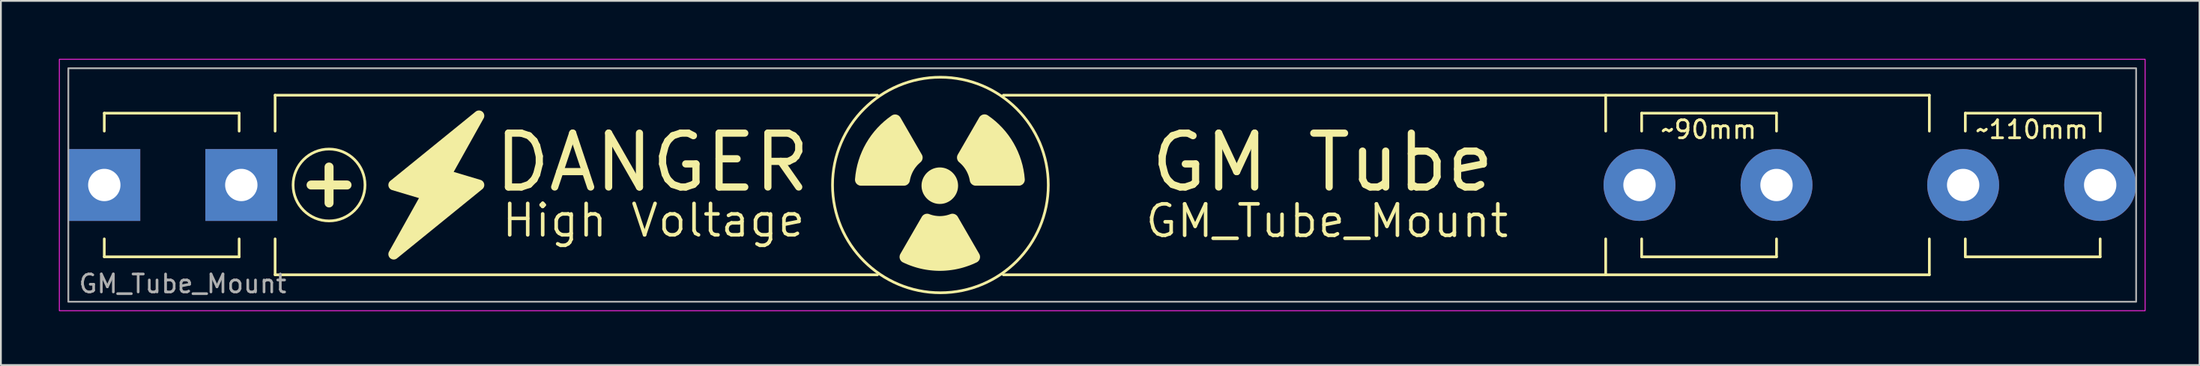
<source format=kicad_pcb>
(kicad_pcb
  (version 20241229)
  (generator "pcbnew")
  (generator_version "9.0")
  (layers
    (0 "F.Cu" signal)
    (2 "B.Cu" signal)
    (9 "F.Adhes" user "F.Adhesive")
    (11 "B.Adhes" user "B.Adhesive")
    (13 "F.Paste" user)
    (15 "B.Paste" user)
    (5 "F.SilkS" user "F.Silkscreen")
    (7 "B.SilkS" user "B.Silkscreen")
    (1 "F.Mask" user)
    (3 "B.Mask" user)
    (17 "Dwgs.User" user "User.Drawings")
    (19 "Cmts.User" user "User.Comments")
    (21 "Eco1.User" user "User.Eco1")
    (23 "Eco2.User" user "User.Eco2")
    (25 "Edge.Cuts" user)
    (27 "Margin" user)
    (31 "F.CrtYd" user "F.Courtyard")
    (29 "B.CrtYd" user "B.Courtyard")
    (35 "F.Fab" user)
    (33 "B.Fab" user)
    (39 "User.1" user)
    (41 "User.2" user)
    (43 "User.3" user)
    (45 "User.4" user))
  (footprint "GM_Tube_Mount"
    (layer "F.Cu")
    (at 0.25 0.25)
    (property "Reference" "GM_Tube_Mount" (at 70.5 9 0) (unlocked yes) (layer "F.SilkS") (effects (font (size 1.75 1.75) (thickness 0.2) (bold yes))))
    (attr through_hole)
    (fp_line (start 2.5 3) (end 2.5 4) (stroke (width 0.15) (type default)) (layer "F.SilkS"))
    (fp_line (start 2.5 3) (end 10 3) (stroke (width 0.15) (type default)) (layer "F.SilkS"))
    (fp_line (start 2.5 11) (end 2.5 10) (stroke (width 0.15) (type default)) (layer "F.SilkS"))
    (fp_line (start 10 3) (end 10 4) (stroke (width 0.15) (type default)) (layer "F.SilkS"))
    (fp_line (start 10 11) (end 2.5 11) (stroke (width 0.15) (type default)) (layer "F.SilkS"))
    (fp_line (start 10 11) (end 10 10) (stroke (width 0.15) (type default)) (layer "F.SilkS"))
    (fp_line (start 12 2) (end 12 4) (stroke (width 0.15) (type default)) (layer "F.SilkS"))
    (fp_line (start 12 2) (end 45.5 2) (stroke (width 0.15) (type default)) (layer "F.SilkS"))
    (fp_line (start 12 12) (end 12 10) (stroke (width 0.15) (type default)) (layer "F.SilkS"))
    (fp_line (start 12 12) (end 45.5 12) (stroke (width 0.15) (type default)) (layer "F.SilkS"))
    (fp_line (start 14 7) (end 16 7) (stroke (width 0.5) (type default)) (layer "F.SilkS"))
    (fp_line (start 15 6) (end 15 8) (stroke (width 0.5) (type default)) (layer "F.SilkS"))
    (fp_line (start 52.5 2) (end 104 2) (stroke (width 0.15) (type default)) (layer "F.SilkS"))
    (fp_line (start 52.5 12) (end 104 12) (stroke (width 0.15) (type default)) (layer "F.SilkS"))
    (fp_line (start 86 2) (end 86 4) (stroke (width 0.15) (type default)) (layer "F.SilkS"))
    (fp_line (start 86 12) (end 86 10) (stroke (width 0.15) (type default)) (layer "F.SilkS"))
    (fp_line (start 88 3) (end 88 4) (stroke (width 0.15) (type default)) (layer "F.SilkS"))
    (fp_line (start 88 3) (end 95.5 3) (stroke (width 0.15) (type default)) (layer "F.SilkS"))
    (fp_line (start 88 11) (end 88 10) (stroke (width 0.15) (type default)) (layer "F.SilkS"))
    (fp_line (start 95.5 3) (end 95.5 4) (stroke (width 0.15) (type default)) (layer "F.SilkS"))
    (fp_line (start 95.5 11) (end 88 11) (stroke (width 0.15) (type default)) (layer "F.SilkS"))
    (fp_line (start 95.5 11) (end 95.5 10) (stroke (width 0.15) (type default)) (layer "F.SilkS"))
    (fp_line (start 104 2) (end 104 4) (stroke (width 0.15) (type default)) (layer "F.SilkS"))
    (fp_line (start 104 12) (end 104 10) (stroke (width 0.15) (type default)) (layer "F.SilkS"))
    (fp_line (start 106 3) (end 106 4) (stroke (width 0.15) (type default)) (layer "F.SilkS"))
    (fp_line (start 106 3) (end 113.5 3) (stroke (width 0.15) (type default)) (layer "F.SilkS"))
    (fp_line (start 106 11) (end 106 10) (stroke (width 0.15) (type default)) (layer "F.SilkS"))
    (fp_line (start 113.5 3) (end 113.5 4) (stroke (width 0.15) (type default)) (layer "F.SilkS"))
    (fp_line (start 113.5 11) (end 106 11) (stroke (width 0.15) (type default)) (layer "F.SilkS"))
    (fp_line (start 113.5 11) (end 113.5 10) (stroke (width 0.15) (type default)) (layer "F.SilkS"))
    (fp_circle (center 15 7) (end 15 9) (stroke (width 0.15) (type default)) (fill no) (layer "F.SilkS"))
    (fp_circle (center 49 7) (end 55 7) (stroke (width 0.15) (type default)) (fill no) (layer "F.SilkS"))
    (fp_poly (pts (xy 49.018 6.024) (xy 49.07 6.028) (xy 49.12 6.035) (xy 49.17 6.044) (xy 49.219 6.055) (xy 49.267 6.069) (xy 49.314 6.085) (xy 49.36 6.103) (xy 49.405 6.124) (xy 49.449 6.146) (xy 49.492 6.171) (xy 49.533 6.197) (xy 49.573 6.226) (xy 49.611 6.256) (xy 49.648 6.288) (xy 49.683 6.322) (xy 49.717 6.357) (xy 49.749 6.394) (xy 49.78 6.433) (xy 49.808 6.473) (xy 49.835 6.514) (xy 49.859 6.556) (xy 49.882 6.6) (xy 49.902 6.645) (xy 49.92 6.691) (xy 49.937 6.738) (xy 49.95 6.786) (xy 49.962 6.835) (xy 49.971 6.885) (xy 49.977 6.936) (xy 49.981 6.987) (xy 49.983 7.039) (xy 49.981 7.091) (xy 49.977 7.142) (xy 49.971 7.193) (xy 49.962 7.242) (xy 49.95 7.291) (xy 49.937 7.339) (xy 49.92 7.387) (xy 49.902 7.433) (xy 49.882 7.478) (xy 49.859 7.521) (xy 49.835 7.564) (xy 49.808 7.605) (xy 49.78 7.645) (xy 49.749 7.683) (xy 49.717 7.72) (xy 49.683 7.756) (xy 49.648 7.789) (xy 49.611 7.822) (xy 49.573 7.852) (xy 49.533 7.88) (xy 49.492 7.907) (xy 49.449 7.931) (xy 49.405 7.954) (xy 49.36 7.974) (xy 49.314 7.993) (xy 49.267 8.009) (xy 49.219 8.023) (xy 49.17 8.034) (xy 49.12 8.043) (xy 49.07 8.05) (xy 49.018 8.053) (xy 48.967 8.055) (xy 48.915 8.053) (xy 48.863 8.05) (xy 48.813 8.043) (xy 48.763 8.034) (xy 48.714 8.023) (xy 48.666 8.009) (xy 48.619 7.993) (xy 48.573 7.974) (xy 48.528 7.954) (xy 48.484 7.931) (xy 48.442 7.907) (xy 48.4 7.88) (xy 48.36 7.852) (xy 48.322 7.822) (xy 48.285 7.789) (xy 48.25 7.756) (xy 48.216 7.72) (xy 48.184 7.683) (xy 48.154 7.645) (xy 48.125 7.605) (xy 48.099 7.564) (xy 48.074 7.521) (xy 48.051 7.478) (xy 48.031 7.433) (xy 48.013 7.387) (xy 47.997 7.339) (xy 47.983 7.291) (xy 47.971 7.242) (xy 47.962 7.193) (xy 47.956 7.142) (xy 47.952 7.091) (xy 47.951 7.039) (xy 47.952 6.987) (xy 47.956 6.936) (xy 47.962 6.885) (xy 47.971 6.835) (xy 47.983 6.786) (xy 47.997 6.738) (xy 48.013 6.691) (xy 48.031 6.645) (xy 48.051 6.6) (xy 48.074 6.556) (xy 48.099 6.514) (xy 48.125 6.473) (xy 48.154 6.433) (xy 48.184 6.394) (xy 48.216 6.357) (xy 48.25 6.322) (xy 48.285 6.288) (xy 48.322 6.256) (xy 48.36 6.226) (xy 48.4 6.197) (xy 48.442 6.171) (xy 48.484 6.146) (xy 48.528 6.124) (xy 48.573 6.103) (xy 48.619 6.085) (xy 48.666 6.069) (xy 48.714 6.055) (xy 48.763 6.044) (xy 48.813 6.035) (xy 48.863 6.028) (xy 48.915 6.024) (xy 48.967 6.023)) (stroke (width -0.000001) (type solid)) (fill yes) (layer "F.SilkS"))
    (fp_poly (pts (xy 51.472 3.069) (xy 51.472 3.069) (xy 51.483 3.07) (xy 51.495 3.071) (xy 51.506 3.073) (xy 51.518 3.075) (xy 51.529 3.077) (xy 51.54 3.08) (xy 51.552 3.083) (xy 51.563 3.087) (xy 51.574 3.091) (xy 51.584 3.095) (xy 51.595 3.099) (xy 51.605 3.104) (xy 51.616 3.11) (xy 51.626 3.116) (xy 51.636 3.122) (xy 51.646 3.128) (xy 51.862 3.286) (xy 52.069 3.455) (xy 52.264 3.634) (xy 52.449 3.823) (xy 52.623 4.022) (xy 52.784 4.229) (xy 52.934 4.445) (xy 53.071 4.669) (xy 53.196 4.9) (xy 53.308 5.137) (xy 53.407 5.381) (xy 53.492 5.631) (xy 53.564 5.885) (xy 53.621 6.144) (xy 53.664 6.407) (xy 53.692 6.674) (xy 53.693 6.692) (xy 53.693 6.709) (xy 53.692 6.727) (xy 53.691 6.744) (xy 53.688 6.761) (xy 53.684 6.778) (xy 53.68 6.795) (xy 53.675 6.812) (xy 53.669 6.828) (xy 53.662 6.844) (xy 53.654 6.859) (xy 53.645 6.874) (xy 53.636 6.889) (xy 53.626 6.903) (xy 53.615 6.917) (xy 53.603 6.93) (xy 53.591 6.943) (xy 53.578 6.955) (xy 53.565 6.966) (xy 53.551 6.976) (xy 53.536 6.986) (xy 53.521 6.995) (xy 53.506 7.003) (xy 53.49 7.011) (xy 53.474 7.017) (xy 53.458 7.023) (xy 53.441 7.028) (xy 53.424 7.032) (xy 53.407 7.035) (xy 53.39 7.037) (xy 53.372 7.038) (xy 53.355 7.039) (xy 50.97 7.039) (xy 50.954 7.039) (xy 50.939 7.038) (xy 50.924 7.036) (xy 50.909 7.033) (xy 50.894 7.03) (xy 50.88 7.027) (xy 50.865 7.023) (xy 50.851 7.018) (xy 50.838 7.012) (xy 50.824 7.006) (xy 50.811 7) (xy 50.798 6.993) (xy 50.786 6.985) (xy 50.774 6.977) (xy 50.762 6.968) (xy 50.751 6.959) (xy 50.74 6.949) (xy 50.729 6.939) (xy 50.719 6.929) (xy 50.71 6.918) (xy 50.701 6.906) (xy 50.692 6.894) (xy 50.684 6.882) (xy 50.676 6.869) (xy 50.669 6.857) (xy 50.662 6.843) (xy 50.656 6.83) (xy 50.651 6.816) (xy 50.646 6.801) (xy 50.642 6.787) (xy 50.638 6.772) (xy 50.636 6.757) (xy 50.621 6.682) (xy 50.604 6.608) (xy 50.583 6.536) (xy 50.559 6.464) (xy 50.532 6.394) (xy 50.502 6.325) (xy 50.469 6.258) (xy 50.433 6.192) (xy 50.394 6.128) (xy 50.352 6.066) (xy 50.308 6.005) (xy 50.26 5.947) (xy 50.211 5.89) (xy 50.158 5.836) (xy 50.103 5.784) (xy 50.046 5.734) (xy 50.034 5.724) (xy 50.023 5.713) (xy 50.012 5.703) (xy 50.002 5.691) (xy 49.993 5.68) (xy 49.984 5.668) (xy 49.976 5.655) (xy 49.968 5.643) (xy 49.955 5.616) (xy 49.943 5.589) (xy 49.935 5.562) (xy 49.928 5.533) (xy 49.924 5.504) (xy 49.923 5.475) (xy 49.924 5.446) (xy 49.928 5.417) (xy 49.93 5.402) (xy 49.934 5.388) (xy 49.938 5.373) (xy 49.943 5.359) (xy 49.948 5.345) (xy 49.954 5.331) (xy 49.961 5.317) (xy 49.968 5.304) (xy 51.161 3.238) (xy 51.173 3.218) (xy 51.187 3.199) (xy 51.202 3.181) (xy 51.218 3.164) (xy 51.236 3.149) (xy 51.254 3.135) (xy 51.273 3.122) (xy 51.292 3.11) (xy 51.313 3.1) (xy 51.334 3.091) (xy 51.356 3.083) (xy 51.378 3.077) (xy 51.401 3.073) (xy 51.424 3.07) (xy 51.448 3.069)) (stroke (width -0.000001) (type solid)) (fill yes) (layer "F.SilkS"))
    (fp_poly (pts (xy 46.5 3.075) (xy 46.512 3.076) (xy 46.523 3.077) (xy 46.535 3.079) (xy 46.546 3.081) (xy 46.558 3.083) (xy 46.569 3.086) (xy 46.58 3.089) (xy 46.591 3.092) (xy 46.602 3.096) (xy 46.613 3.101) (xy 46.623 3.105) (xy 46.634 3.11) (xy 46.644 3.115) (xy 46.654 3.121) (xy 46.664 3.127) (xy 46.673 3.133) (xy 46.683 3.14) (xy 46.692 3.147) (xy 46.701 3.154) (xy 46.709 3.162) (xy 46.718 3.17) (xy 46.726 3.178) (xy 46.734 3.187) (xy 46.742 3.195) (xy 46.749 3.205) (xy 46.756 3.214) (xy 46.763 3.224) (xy 46.769 3.234) (xy 46.776 3.244) (xy 47.966 5.306) (xy 47.974 5.32) (xy 47.98 5.333) (xy 47.986 5.347) (xy 47.992 5.361) (xy 47.997 5.376) (xy 48.001 5.39) (xy 48.004 5.404) (xy 48.007 5.419) (xy 48.009 5.433) (xy 48.011 5.448) (xy 48.011 5.463) (xy 48.012 5.477) (xy 48.011 5.492) (xy 48.01 5.506) (xy 48.009 5.521) (xy 48.006 5.535) (xy 48.003 5.55) (xy 48 5.564) (xy 47.996 5.578) (xy 47.991 5.592) (xy 47.986 5.605) (xy 47.98 5.619) (xy 47.973 5.632) (xy 47.966 5.645) (xy 47.959 5.657) (xy 47.95 5.67) (xy 47.942 5.682) (xy 47.932 5.693) (xy 47.922 5.705) (xy 47.912 5.716) (xy 47.901 5.726) (xy 47.889 5.736) (xy 47.832 5.786) (xy 47.777 5.838) (xy 47.725 5.892) (xy 47.675 5.949) (xy 47.628 6.007) (xy 47.583 6.067) (xy 47.542 6.13) (xy 47.503 6.194) (xy 47.467 6.259) (xy 47.434 6.326) (xy 47.404 6.395) (xy 47.377 6.465) (xy 47.353 6.536) (xy 47.332 6.609) (xy 47.314 6.682) (xy 47.3 6.757) (xy 47.297 6.772) (xy 47.294 6.787) (xy 47.289 6.801) (xy 47.284 6.816) (xy 47.279 6.83) (xy 47.273 6.843) (xy 47.267 6.857) (xy 47.259 6.87) (xy 47.252 6.882) (xy 47.244 6.894) (xy 47.235 6.906) (xy 47.226 6.918) (xy 47.216 6.929) (xy 47.206 6.939) (xy 47.196 6.949) (xy 47.185 6.959) (xy 47.173 6.968) (xy 47.162 6.977) (xy 47.149 6.985) (xy 47.137 6.993) (xy 47.124 7) (xy 47.111 7.006) (xy 47.098 7.012) (xy 47.084 7.018) (xy 47.07 7.023) (xy 47.056 7.027) (xy 47.041 7.03) (xy 47.027 7.033) (xy 47.012 7.036) (xy 46.997 7.037) (xy 46.982 7.038) (xy 46.966 7.039) (xy 44.588 7.039) (xy 44.571 7.038) (xy 44.553 7.037) (xy 44.536 7.035) (xy 44.519 7.032) (xy 44.502 7.028) (xy 44.485 7.023) (xy 44.469 7.017) (xy 44.453 7.01) (xy 44.437 7.003) (xy 44.422 6.995) (xy 44.407 6.986) (xy 44.392 6.976) (xy 44.378 6.966) (xy 44.365 6.955) (xy 44.352 6.943) (xy 44.34 6.93) (xy 44.328 6.917) (xy 44.317 6.903) (xy 44.307 6.889) (xy 44.298 6.874) (xy 44.289 6.859) (xy 44.281 6.844) (xy 44.274 6.828) (xy 44.268 6.811) (xy 44.263 6.795) (xy 44.259 6.778) (xy 44.255 6.761) (xy 44.252 6.744) (xy 44.251 6.727) (xy 44.25 6.709) (xy 44.25 6.692) (xy 44.251 6.674) (xy 44.279 6.408) (xy 44.322 6.145) (xy 44.379 5.887) (xy 44.45 5.633) (xy 44.535 5.384) (xy 44.634 5.141) (xy 44.745 4.904) (xy 44.87 4.673) (xy 45.007 4.45) (xy 45.156 4.234) (xy 45.317 4.027) (xy 45.49 3.829) (xy 45.674 3.64) (xy 45.869 3.461) (xy 46.074 3.292) (xy 46.29 3.134) (xy 46.3 3.128) (xy 46.31 3.122) (xy 46.32 3.116) (xy 46.33 3.11) (xy 46.341 3.105) (xy 46.352 3.101) (xy 46.362 3.096) (xy 46.373 3.092) (xy 46.384 3.089) (xy 46.396 3.086) (xy 46.407 3.083) (xy 46.418 3.081) (xy 46.43 3.079) (xy 46.441 3.077) (xy 46.453 3.076) (xy 46.464 3.075) (xy 46.464 3.075) (xy 46.464 3.075) (xy 46.464 3.075) (xy 46.476 3.074) (xy 46.488 3.074)) (stroke (width -0.000001) (type solid)) (fill yes) (layer "F.SilkS"))
    (fp_poly (pts (xy 23.35 2.852) (xy 23.36 2.852) (xy 23.37 2.853) (xy 23.38 2.855) (xy 23.39 2.856) (xy 23.4 2.858) (xy 23.41 2.861) (xy 23.42 2.863) (xy 23.43 2.867) (xy 23.439 2.87) (xy 23.458 2.878) (xy 23.476 2.886) (xy 23.485 2.891) (xy 23.494 2.897) (xy 23.502 2.902) (xy 23.51 2.908) (xy 23.518 2.914) (xy 23.526 2.92) (xy 23.534 2.927) (xy 23.542 2.934) (xy 23.549 2.941) (xy 23.556 2.949) (xy 23.563 2.957) (xy 23.569 2.965) (xy 23.576 2.973) (xy 23.582 2.981) (xy 23.593 2.999) (xy 23.602 3.017) (xy 23.611 3.036) (xy 23.618 3.055) (xy 23.624 3.075) (xy 23.628 3.095) (xy 23.631 3.115) (xy 23.632 3.135) (xy 23.633 3.155) (xy 23.631 3.175) (xy 23.629 3.195) (xy 23.625 3.215) (xy 23.62 3.235) (xy 23.613 3.255) (xy 23.605 3.274) (xy 23.595 3.292) (xy 21.932 6.271) (xy 23.421 6.716) (xy 23.441 6.723) (xy 23.459 6.73) (xy 23.477 6.739) (xy 23.495 6.749) (xy 23.511 6.761) (xy 23.527 6.773) (xy 23.542 6.786) (xy 23.556 6.801) (xy 23.568 6.816) (xy 23.58 6.832) (xy 23.591 6.848) (xy 23.601 6.866) (xy 23.609 6.884) (xy 23.616 6.903) (xy 23.622 6.922) (xy 23.627 6.942) (xy 23.63 6.962) (xy 23.632 6.983) (xy 23.633 7.003) (xy 23.632 7.023) (xy 23.63 7.043) (xy 23.626 7.062) (xy 23.621 7.082) (xy 23.615 7.101) (xy 23.608 7.119) (xy 23.599 7.137) (xy 23.589 7.154) (xy 23.578 7.171) (xy 23.566 7.187) (xy 23.553 7.202) (xy 23.539 7.217) (xy 23.523 7.23) (xy 18.782 11.082) (xy 18.771 11.09) (xy 18.761 11.098) (xy 18.75 11.105) (xy 18.739 11.112) (xy 18.727 11.118) (xy 18.715 11.123) (xy 18.704 11.128) (xy 18.692 11.132) (xy 18.68 11.136) (xy 18.667 11.14) (xy 18.655 11.142) (xy 18.643 11.145) (xy 18.618 11.148) (xy 18.593 11.149) (xy 18.568 11.147) (xy 18.543 11.144) (xy 18.53 11.141) (xy 18.518 11.138) (xy 18.506 11.135) (xy 18.494 11.131) (xy 18.482 11.126) (xy 18.47 11.121) (xy 18.459 11.115) (xy 18.447 11.109) (xy 18.436 11.102) (xy 18.425 11.095) (xy 18.415 11.087) (xy 18.405 11.079) (xy 18.395 11.07) (xy 18.385 11.061) (xy 18.376 11.052) (xy 18.368 11.042) (xy 18.359 11.032) (xy 18.352 11.022) (xy 18.338 11) (xy 18.327 10.977) (xy 18.317 10.954) (xy 18.309 10.93) (xy 18.304 10.906) (xy 18.3 10.881) (xy 18.299 10.856) (xy 18.3 10.831) (xy 18.303 10.805) (xy 18.308 10.78) (xy 18.311 10.768) (xy 18.315 10.756) (xy 18.319 10.744) (xy 18.325 10.731) (xy 18.33 10.72) (xy 18.336 10.708) (xy 20 7.729) (xy 18.51 7.284) (xy 18.491 7.277) (xy 18.472 7.27) (xy 18.454 7.261) (xy 18.437 7.251) (xy 18.42 7.239) (xy 18.405 7.227) (xy 18.39 7.214) (xy 18.376 7.199) (xy 18.363 7.184) (xy 18.351 7.168) (xy 18.34 7.152) (xy 18.331 7.134) (xy 18.322 7.116) (xy 18.315 7.097) (xy 18.309 7.078) (xy 18.304 7.058) (xy 18.301 7.038) (xy 18.299 7.017) (xy 18.299 6.997) (xy 18.3 6.977) (xy 18.302 6.957) (xy 18.305 6.938) (xy 18.31 6.918) (xy 18.316 6.899) (xy 18.324 6.881) (xy 18.332 6.863) (xy 18.342 6.846) (xy 18.353 6.829) (xy 18.365 6.813) (xy 18.378 6.798) (xy 18.393 6.783) (xy 18.408 6.77) (xy 23.15 2.918) (xy 23.158 2.911) (xy 23.166 2.905) (xy 23.174 2.9) (xy 23.183 2.894) (xy 23.192 2.889) (xy 23.201 2.884) (xy 23.21 2.88) (xy 23.219 2.875) (xy 23.229 2.872) (xy 23.238 2.868) (xy 23.248 2.865) (xy 23.258 2.862) (xy 23.268 2.859) (xy 23.278 2.857) (xy 23.288 2.855) (xy 23.298 2.854) (xy 23.298 2.854) (xy 23.308 2.853) (xy 23.319 2.852) (xy 23.329 2.852) (xy 23.34 2.851)) (stroke (width -0.000001) (type solid)) (fill yes) (layer "F.SilkS"))
    (fp_poly (pts (xy 49.686 8.6) (xy 49.7 8.601) (xy 49.715 8.603) (xy 49.729 8.605) (xy 49.744 8.608) (xy 49.758 8.611) (xy 49.772 8.615) (xy 49.786 8.62) (xy 49.8 8.625) (xy 49.813 8.631) (xy 49.826 8.637) (xy 49.839 8.644) (xy 49.852 8.652) (xy 49.864 8.66) (xy 49.876 8.668) (xy 49.888 8.677) (xy 49.899 8.687) (xy 49.91 8.697) (xy 49.92 8.708) (xy 49.93 8.719) (xy 49.94 8.731) (xy 49.949 8.743) (xy 49.958 8.756) (xy 49.966 8.769) (xy 51.159 10.836) (xy 51.167 10.851) (xy 51.175 10.867) (xy 51.181 10.883) (xy 51.187 10.9) (xy 51.192 10.916) (xy 51.196 10.933) (xy 51.2 10.95) (xy 51.202 10.967) (xy 51.204 10.985) (xy 51.204 11.002) (xy 51.204 11.019) (xy 51.203 11.037) (xy 51.201 11.054) (xy 51.198 11.071) (xy 51.194 11.088) (xy 51.189 11.105) (xy 51.184 11.122) (xy 51.177 11.138) (xy 51.17 11.154) (xy 51.162 11.169) (xy 51.153 11.184) (xy 51.143 11.199) (xy 51.133 11.213) (xy 51.122 11.226) (xy 51.111 11.239) (xy 51.098 11.251) (xy 51.085 11.263) (xy 51.072 11.274) (xy 51.058 11.284) (xy 51.043 11.294) (xy 51.028 11.302) (xy 51.013 11.31) (xy 50.892 11.366) (xy 50.771 11.419) (xy 50.648 11.468) (xy 50.523 11.513) (xy 50.398 11.555) (xy 50.272 11.594) (xy 50.145 11.629) (xy 50.016 11.66) (xy 49.887 11.688) (xy 49.758 11.712) (xy 49.627 11.732) (xy 49.496 11.749) (xy 49.365 11.762) (xy 49.233 11.772) (xy 49.1 11.778) (xy 48.967 11.78) (xy 48.966 11.78) (xy 48.833 11.778) (xy 48.701 11.772) (xy 48.569 11.762) (xy 48.437 11.749) (xy 48.306 11.732) (xy 48.176 11.712) (xy 48.046 11.688) (xy 47.917 11.66) (xy 47.789 11.629) (xy 47.661 11.594) (xy 47.535 11.555) (xy 47.41 11.513) (xy 47.286 11.468) (xy 47.163 11.419) (xy 47.041 11.366) (xy 46.921 11.31) (xy 46.905 11.302) (xy 46.89 11.294) (xy 46.875 11.284) (xy 46.861 11.274) (xy 46.848 11.263) (xy 46.835 11.251) (xy 46.822 11.239) (xy 46.811 11.226) (xy 46.8 11.213) (xy 46.79 11.199) (xy 46.78 11.184) (xy 46.771 11.169) (xy 46.763 11.154) (xy 46.756 11.138) (xy 46.75 11.122) (xy 46.744 11.105) (xy 46.739 11.088) (xy 46.735 11.071) (xy 46.732 11.054) (xy 46.73 11.037) (xy 46.729 11.019) (xy 46.729 11.002) (xy 46.73 10.985) (xy 46.731 10.967) (xy 46.733 10.95) (xy 46.737 10.933) (xy 46.741 10.916) (xy 46.746 10.9) (xy 46.752 10.883) (xy 46.758 10.867) (xy 46.766 10.851) (xy 46.774 10.836) (xy 47.967 8.769) (xy 47.975 8.757) (xy 47.984 8.744) (xy 47.992 8.732) (xy 48.002 8.72) (xy 48.012 8.709) (xy 48.022 8.699) (xy 48.033 8.688) (xy 48.044 8.679) (xy 48.055 8.669) (xy 48.068 8.661) (xy 48.08 8.652) (xy 48.093 8.645) (xy 48.106 8.638) (xy 48.119 8.631) (xy 48.133 8.625) (xy 48.147 8.62) (xy 48.154 8.617) (xy 48.161 8.615) (xy 48.168 8.613) (xy 48.176 8.611) (xy 48.183 8.609) (xy 48.19 8.608) (xy 48.197 8.606) (xy 48.205 8.605) (xy 48.212 8.604) (xy 48.219 8.603) (xy 48.227 8.602) (xy 48.234 8.601) (xy 48.242 8.601) (xy 48.249 8.6) (xy 48.257 8.6) (xy 48.264 8.6) (xy 48.264 8.6) (xy 48.272 8.6) (xy 48.279 8.601) (xy 48.287 8.601) (xy 48.294 8.602) (xy 48.301 8.603) (xy 48.309 8.603) (xy 48.316 8.605) (xy 48.323 8.606) (xy 48.331 8.607) (xy 48.338 8.609) (xy 48.345 8.611) (xy 48.352 8.613) (xy 48.36 8.615) (xy 48.367 8.617) (xy 48.374 8.62) (xy 48.381 8.622) (xy 48.416 8.635) (xy 48.452 8.647) (xy 48.487 8.658) (xy 48.523 8.669) (xy 48.559 8.679) (xy 48.596 8.688) (xy 48.632 8.696) (xy 48.669 8.703) (xy 48.706 8.71) (xy 48.743 8.715) (xy 48.78 8.72) (xy 48.817 8.724) (xy 48.854 8.727) (xy 48.892 8.73) (xy 48.929 8.731) (xy 48.967 8.732) (xy 49.004 8.731) (xy 49.042 8.73) (xy 49.079 8.727) (xy 49.116 8.724) (xy 49.153 8.72) (xy 49.191 8.715) (xy 49.227 8.71) (xy 49.264 8.703) (xy 49.301 8.696) (xy 49.337 8.688) (xy 49.374 8.679) (xy 49.41 8.669) (xy 49.446 8.658) (xy 49.482 8.647) (xy 49.517 8.635) (xy 49.552 8.622) (xy 49.567 8.617) (xy 49.582 8.612) (xy 49.596 8.609) (xy 49.611 8.606) (xy 49.626 8.603) (xy 49.641 8.602) (xy 49.656 8.6) (xy 49.671 8.6)) (stroke (width -0.000001) (type solid)) (fill yes) (layer "F.SilkS"))
    (fp_rect (start 0 0) (end 116 14) (stroke (width 0.05) (type default)) (fill no) (layer "F.CrtYd"))
    (fp_rect (start 0.5 0.5) (end 115.5 13.5) (stroke (width 0.1) (type default)) (fill no) (layer "F.Fab"))
    (fp_text user "~110mm" (at 106.5 4.5 0) (unlocked yes) (layer "F.SilkS") (effects (font (size 1 1) (thickness 0.15)) (justify left bottom)))
    (fp_text user "DANGER" (at 24 7.5 0) (unlocked yes) (layer "F.SilkS") (effects (font (size 3 3) (thickness 0.4)) (justify left bottom)))
    (fp_text user "GM Tube" (at 60.5 7.5 0) (unlocked yes) (layer "F.SilkS") (effects (font (size 3 3) (thickness 0.4)) (justify left bottom)))
    (fp_text user "High Voltage" (at 24.5 10 0) (unlocked yes) (layer "F.SilkS") (effects (font (size 1.75 1.75) (thickness 0.2)) (justify left bottom)))
    (fp_text user "~90mm" (at 89 4.5 0) (unlocked yes) (layer "F.SilkS") (effects (font (size 1 1) (thickness 0.15)) (justify left bottom)))
    (fp_text user "${REFERENCE}" (at 1 12.5 0) (unlocked yes) (layer "F.Fab") (effects (font (size 1 1) (thickness 0.15)) (justify left)))
    (pad "1" thru_hole rect (at 2.5 7) (size 4 4) (drill 1.8) (layers "*.Cu" "*.Mask"))
    (pad "1" thru_hole rect (at 10.12 7) (size 4 4) (drill 1.8) (layers "*.Cu" "*.Mask"))
    (pad "2" thru_hole circle (at 87.88 7) (size 4 4) (drill 1.8) (layers "*.Cu" "*.Mask"))
    (pad "2" thru_hole circle (at 95.5 7) (size 4 4) (drill 1.8) (layers "*.Cu" "*.Mask"))
    (pad "2" thru_hole circle (at 105.88 7) (size 4 4) (drill 1.8) (layers "*.Cu" "*.Mask"))
    (pad "2" thru_hole circle (at 113.5 7) (size 4 4) (drill 1.8) (layers "*.Cu" "*.Mask")))
  (gr_rect
    (start -3 -3)
    (end 119.275 17.275)
    (stroke (width 0.1) (type default))
    (fill no)
    (layer "Edge.Cuts")))
</source>
